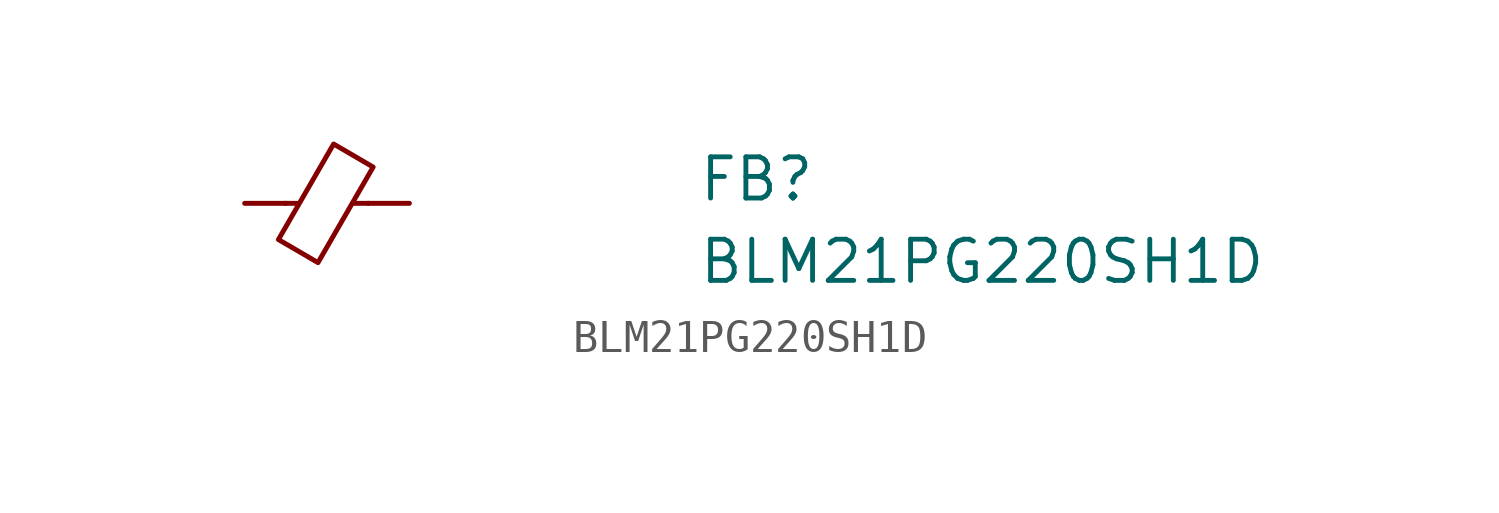
<source format=kicad_sym>
(kicad_symbol_lib
  (version 20211014)
  (generator kicad_symbol_editor)
  (symbol "BLM21PG220SH1D"
    (pin_numbers hide)
    (pin_names hide)
    (property "Reference" "FB"
      (at 13.97 0 0)
      (effects (font (size 1.27 1.27) (thickness 0.15)) (justify left bottom)))
    (property "Value" "BLM21PG220SH1D"
      (at 13.97 -2.54 0)
      (effects (font (size 1.27 1.27) (thickness 0.15)) (justify left bottom)))
    (symbol "BLM21PG220SH1D_0_1"
      (polyline (pts (xy 1.651 0) (xy 1.245 0)) (stroke (width 0) (type default) (color 0 0 0 0)) (fill (type none)))
      (polyline (pts (xy 3.81 0) (xy 3.327 0)) (stroke (width 0) (type default) (color 0 0 0 0)) (fill (type none)))
      (polyline (pts (xy 2.261 -1.829) (xy 1.041 -1.118) (xy 2.743 1.829) (xy 3.962 1.118) (xy 2.261 -1.829)) (stroke (width 0) (type default) (color 0 0 0 0)) (fill (type none))))
    (symbol "BLM21PG220SH1D_1_1"
      (pin passive line (at 0 0 0) (length 1.27) (name "~" (effects (font (size 1.27 1.27)))) (number "1" (effects (font (size 1.27 1.27)))))
      (pin passive line (at 5.08 0 180) (length 1.27) (name "~" (effects (font (size 1.27 1.27)))) (number "2" (effects (font (size 1.27 1.27))))))))
</source>
